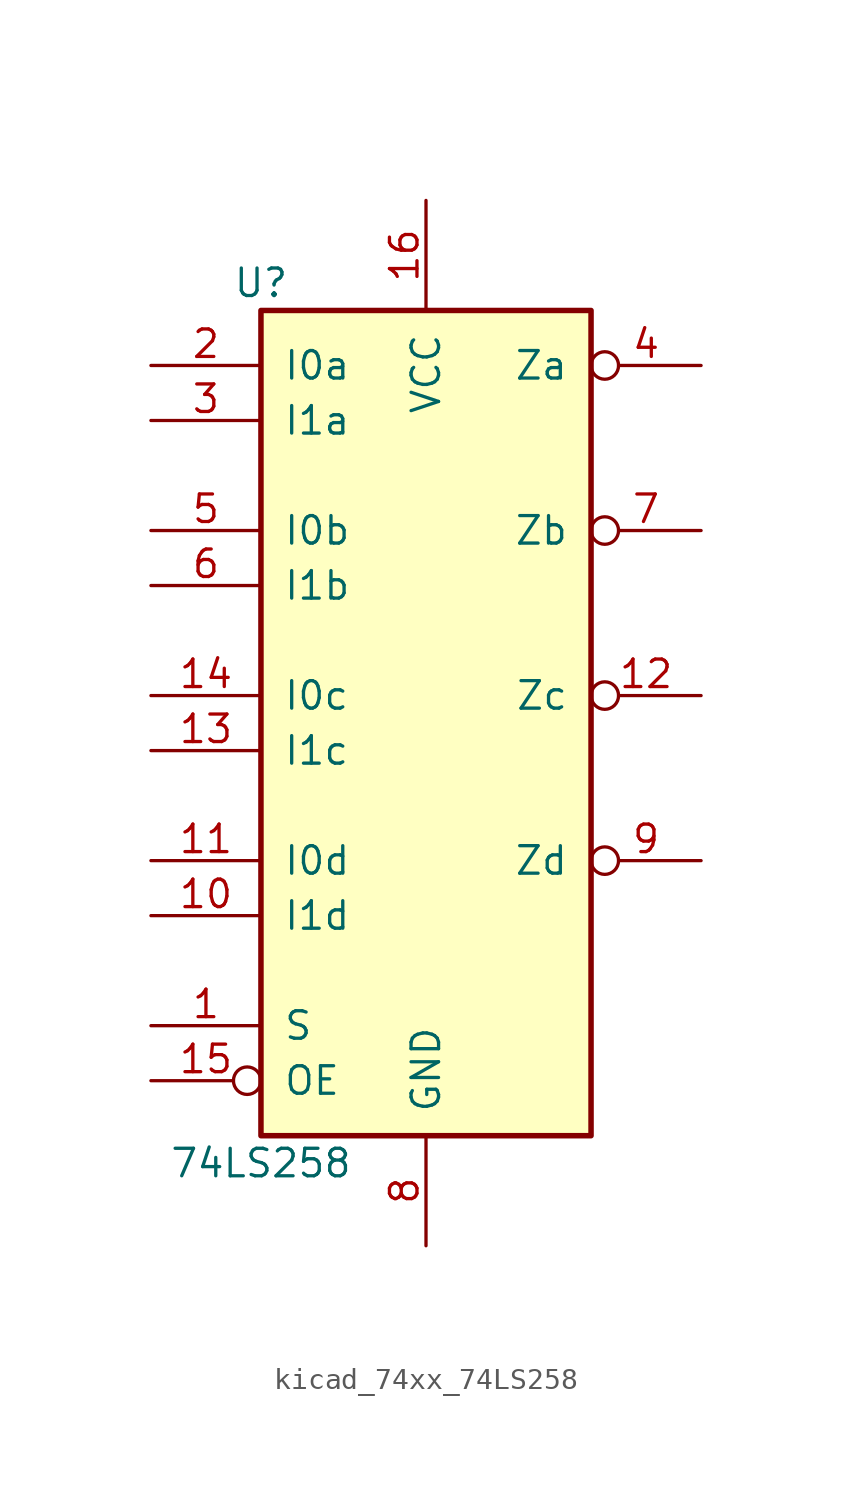
<source format=kicad_sym>
(kicad_symbol_lib
  (version 20220914)
  (generator kicad_symbol_editor)
  (symbol "kicad_74xx_74LS258"
    (pin_names
      (offset 1.016))
    (property "Reference" "U"
      (at -7.62 19.05 0)
      (effects (font (size 1.27 1.27))))
    (property "Value" "74LS258"
      (at -7.62 -21.59 0)
      (effects (font (size 1.27 1.27))))
    (property "ki_locked" ""
      (at 0 0 0)
      (effects (font (size 1.27 1.27))))
    (symbol "kicad_74xx_74LS258_1_0"
      (pin input line (at -12.7 -15.24 0) (length 5.08) (name "S" (effects (font (size 1.27 1.27)))) (number "1" (effects (font (size 1.27 1.27)))))
      (pin input line (at -12.7 -10.16 0) (length 5.08) (name "I1d" (effects (font (size 1.27 1.27)))) (number "10" (effects (font (size 1.27 1.27)))))
      (pin input line (at -12.7 -7.62 0) (length 5.08) (name "I0d" (effects (font (size 1.27 1.27)))) (number "11" (effects (font (size 1.27 1.27)))))
      (pin tri_state inverted (at 12.7 0 180) (length 5.08) (name "Zc" (effects (font (size 1.27 1.27)))) (number "12" (effects (font (size 1.27 1.27)))))
      (pin input line (at -12.7 -2.54 0) (length 5.08) (name "I1c" (effects (font (size 1.27 1.27)))) (number "13" (effects (font (size 1.27 1.27)))))
      (pin input line (at -12.7 0 0) (length 5.08) (name "I0c" (effects (font (size 1.27 1.27)))) (number "14" (effects (font (size 1.27 1.27)))))
      (pin input inverted (at -12.7 -17.78 0) (length 5.08) (name "OE" (effects (font (size 1.27 1.27)))) (number "15" (effects (font (size 1.27 1.27)))))
      (pin power_in line (at 0 22.86 270) (length 5.08) (name "VCC" (effects (font (size 1.27 1.27)))) (number "16" (effects (font (size 1.27 1.27)))))
      (pin input line (at -12.7 15.24 0) (length 5.08) (name "I0a" (effects (font (size 1.27 1.27)))) (number "2" (effects (font (size 1.27 1.27)))))
      (pin input line (at -12.7 12.7 0) (length 5.08) (name "I1a" (effects (font (size 1.27 1.27)))) (number "3" (effects (font (size 1.27 1.27)))))
      (pin tri_state inverted (at 12.7 15.24 180) (length 5.08) (name "Za" (effects (font (size 1.27 1.27)))) (number "4" (effects (font (size 1.27 1.27)))))
      (pin input line (at -12.7 7.62 0) (length 5.08) (name "I0b" (effects (font (size 1.27 1.27)))) (number "5" (effects (font (size 1.27 1.27)))))
      (pin input line (at -12.7 5.08 0) (length 5.08) (name "I1b" (effects (font (size 1.27 1.27)))) (number "6" (effects (font (size 1.27 1.27)))))
      (pin tri_state inverted (at 12.7 7.62 180) (length 5.08) (name "Zb" (effects (font (size 1.27 1.27)))) (number "7" (effects (font (size 1.27 1.27)))))
      (pin power_in line (at 0 -25.4 90) (length 5.08) (name "GND" (effects (font (size 1.27 1.27)))) (number "8" (effects (font (size 1.27 1.27)))))
      (pin tri_state inverted (at 12.7 -7.62 180) (length 5.08) (name "Zd" (effects (font (size 1.27 1.27)))) (number "9" (effects (font (size 1.27 1.27))))))
    (symbol "kicad_74xx_74LS258_1_1"
      (rectangle (start -7.62 17.78) (end 7.62 -20.32) (stroke (width 0.254) (type default)) (fill (type background))))))
</source>
